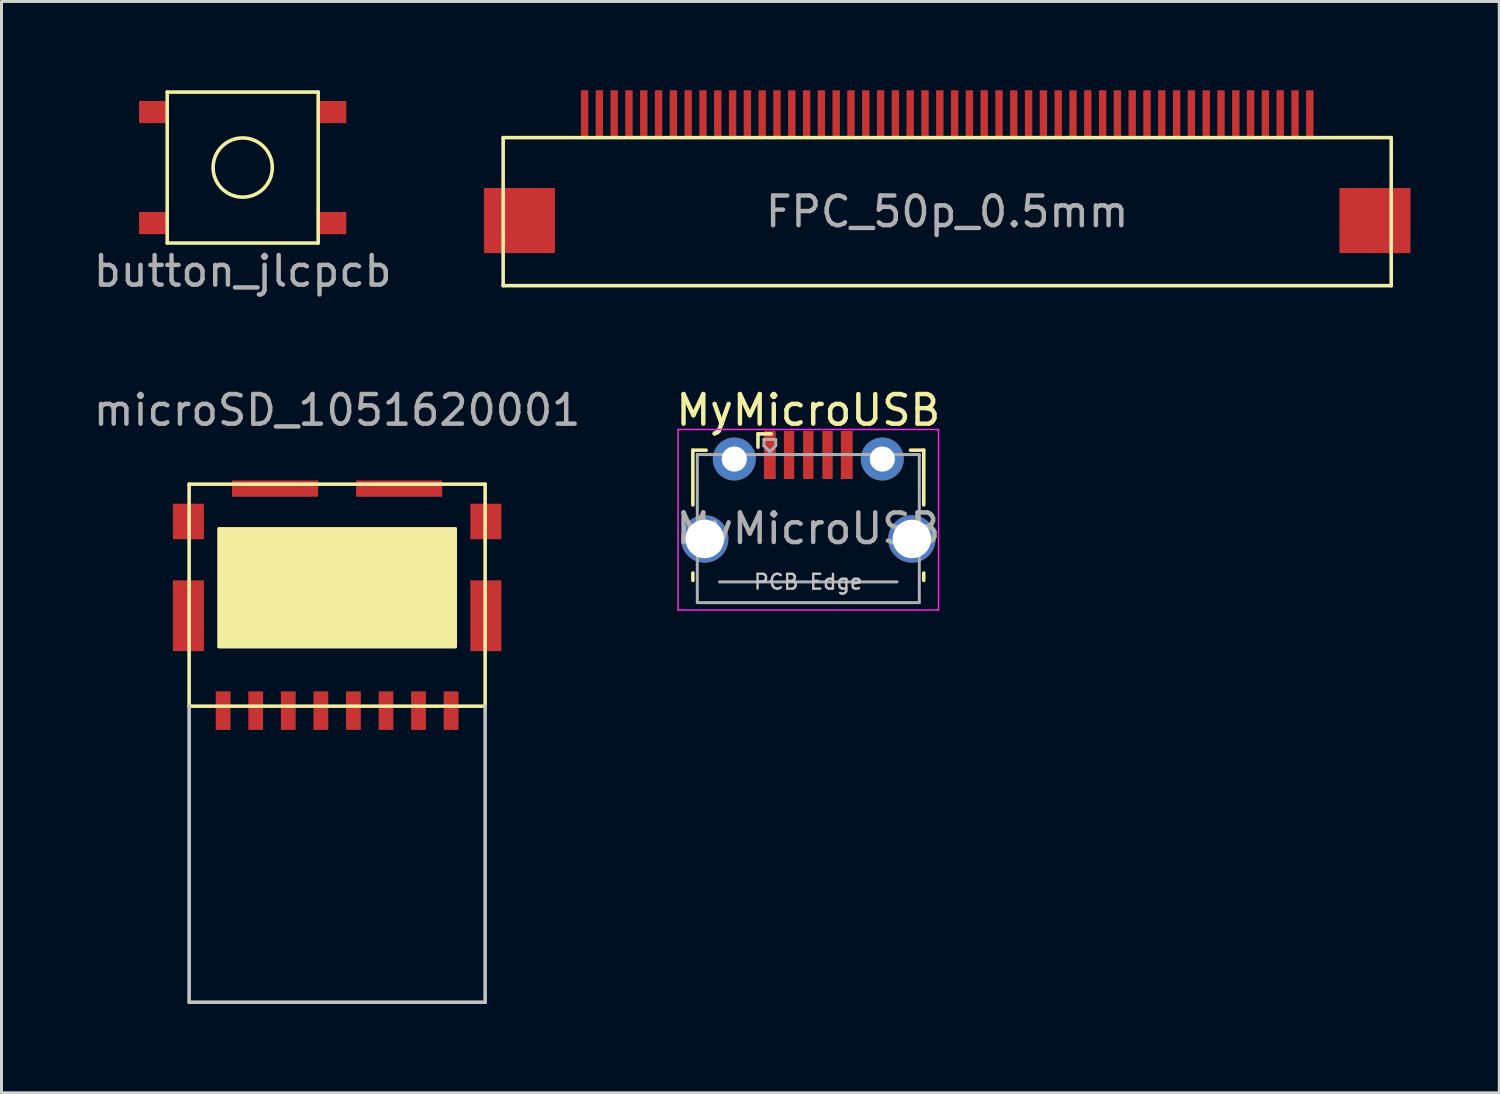
<source format=kicad_pcb>
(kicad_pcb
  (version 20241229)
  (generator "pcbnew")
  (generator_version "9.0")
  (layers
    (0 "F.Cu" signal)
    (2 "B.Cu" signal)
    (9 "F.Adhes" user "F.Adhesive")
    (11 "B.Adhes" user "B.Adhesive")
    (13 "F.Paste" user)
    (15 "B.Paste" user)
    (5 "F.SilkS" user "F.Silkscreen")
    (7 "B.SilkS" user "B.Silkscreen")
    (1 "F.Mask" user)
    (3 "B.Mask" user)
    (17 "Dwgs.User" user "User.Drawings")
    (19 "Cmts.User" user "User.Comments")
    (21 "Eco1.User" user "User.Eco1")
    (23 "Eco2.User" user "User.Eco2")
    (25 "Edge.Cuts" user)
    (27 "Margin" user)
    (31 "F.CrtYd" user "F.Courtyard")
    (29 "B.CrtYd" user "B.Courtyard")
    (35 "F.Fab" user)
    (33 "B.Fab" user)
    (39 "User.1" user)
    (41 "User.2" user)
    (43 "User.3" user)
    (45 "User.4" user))
  (footprint "microSD_1051620001"
    (layer "F.Cu")
    (at 8.339 20.806)
    (property "Reference" "microSD_1051620001" (at 0 -10 0) (layer "F.Fab") (effects (font (size 1 1) (thickness 0.15))))
    (attr through_hole)
    (fp_line (start -5 -7.5) (end 5 -7.5) (stroke (width 0.12) (type solid)) (layer "F.SilkS"))
    (fp_line (start -5 0) (end -5 -7.5) (stroke (width 0.12) (type solid)) (layer "F.SilkS"))
    (fp_line (start 5 -7.5) (end 5 0) (stroke (width 0.12) (type solid)) (layer "F.SilkS"))
    (fp_line (start 5 0) (end -5 0) (stroke (width 0.12) (type solid)) (layer "F.SilkS"))
    (fp_poly (pts (xy 4 -2) (xy -4 -2) (xy -4 -6) (xy 4 -6)) (stroke (width 0.1) (type solid)) (fill yes) (layer "F.SilkS"))
    (fp_line (start -5 0) (end -5 10) (stroke (width 0.12) (type solid)) (layer "Dwgs.User"))
    (fp_line (start -5 10) (end 5 10) (stroke (width 0.12) (type solid)) (layer "Dwgs.User"))
    (fp_line (start 5 10) (end 5 0) (stroke (width 0.12) (type solid)) (layer "Dwgs.User"))
    (pad "1" smd rect (at 3.85 0.15) (size 0.5 1.3) (layers "F.Cu" "F.Mask" "F.Paste"))
    (pad "2" smd rect (at 2.75 0.15) (size 0.5 1.3) (layers "F.Cu" "F.Mask" "F.Paste"))
    (pad "3" smd rect (at 1.65 0.15) (size 0.5 1.3) (layers "F.Cu" "F.Mask" "F.Paste"))
    (pad "4" smd rect (at 0.55 0.15) (size 0.5 1.3) (layers "F.Cu" "F.Mask" "F.Paste"))
    (pad "5" smd rect (at -0.55 0.15) (size 0.5 1.3) (layers "F.Cu" "F.Mask" "F.Paste"))
    (pad "6" smd rect (at -1.65 0.15) (size 0.5 1.3) (layers "F.Cu" "F.Mask" "F.Paste"))
    (pad "7" smd rect (at -2.75 0.15) (size 0.5 1.3) (layers "F.Cu" "F.Mask" "F.Paste"))
    (pad "8" smd rect (at -3.85 0.15) (size 0.5 1.3) (layers "F.Cu" "F.Mask" "F.Paste"))
    (pad "9" smd rect (at -5.025 -6.24) (size 1.05 1.2) (layers "F.Cu" "F.Mask" "F.Paste"))
    (pad "9" smd rect (at -5.025 -3.055) (size 1.05 2.39) (layers "F.Cu" "F.Mask" "F.Paste"))
    (pad "9" smd rect (at -2.095 -7.35) (size 2.91 0.55) (layers "F.Cu" "F.Mask" "F.Paste"))
    (pad "9" smd rect (at 2.095 -7.35) (size 2.91 0.55) (layers "F.Cu" "F.Mask" "F.Paste"))
    (pad "9" smd rect (at 5.025 -6.24) (size 1.05 1.2) (layers "F.Cu" "F.Mask" "F.Paste"))
    (pad "9" smd rect (at 5.025 -3.055) (size 1.05 2.39) (layers "F.Cu" "F.Mask" "F.Paste")))
  (footprint "button_jlcpcb"
    (layer "F.Cu")
    (at 5.149 2.61)
    (property "Reference" "button_jlcpcb" (at 0 3.5 0) (layer "F.Fab") (effects (font (size 1 1) (thickness 0.15))))
    (attr through_hole)
    (fp_line (start -2.55 -2.55) (end -2.55 2.55) (stroke (width 0.12) (type solid)) (layer "F.SilkS"))
    (fp_line (start -2.55 2.55) (end 2.55 2.55) (stroke (width 0.12) (type solid)) (layer "F.SilkS"))
    (fp_line (start 2.55 -2.55) (end -2.55 -2.55) (stroke (width 0.12) (type solid)) (layer "F.SilkS"))
    (fp_line (start 2.55 2.55) (end 2.55 -2.55) (stroke (width 0.12) (type solid)) (layer "F.SilkS"))
    (fp_circle (center 0 0) (end 1 0) (stroke (width 0.12) (type solid)) (fill no) (layer "F.SilkS"))
    (pad "1" smd rect (at -3 -1.875) (size 1 0.75) (layers "F.Cu" "F.Mask" "F.Paste"))
    (pad "1" smd rect (at 3 -1.875) (size 1 0.75) (layers "F.Cu" "F.Mask" "F.Paste"))
    (pad "2" smd rect (at -3 1.875) (size 1 0.75) (layers "F.Cu" "F.Mask" "F.Paste"))
    (pad "2" smd rect (at 3 1.875) (size 1 0.75) (layers "F.Cu" "F.Mask" "F.Paste")))
  (footprint "MyMicroUSB"
    (layer "F.Cu")
    (at 24.256 13.919)
    (property "Reference" "MyMicroUSB" (at 0 -3.112 0) (layer "F.SilkS") (effects (font (size 1 1) (thickness 0.15))))
    (attr smd)
    (fp_line (start -3.9 -1.762) (end -3.45 -1.762) (stroke (width 0.12) (type solid)) (layer "F.SilkS"))
    (fp_line (start -3.9 0.087) (end -3.9 -1.762) (stroke (width 0.12) (type solid)) (layer "F.SilkS"))
    (fp_line (start -3.9 2.638) (end -3.9 2.388) (stroke (width 0.12) (type solid)) (layer "F.SilkS"))
    (fp_line (start -1.7 -2.312) (end -1.7 -1.863) (stroke (width 0.12) (type solid)) (layer "F.SilkS"))
    (fp_line (start -1.7 -2.312) (end -1.25 -2.312) (stroke (width 0.12) (type solid)) (layer "F.SilkS"))
    (fp_line (start 3.9 -1.762) (end 3.45 -1.762) (stroke (width 0.12) (type solid)) (layer "F.SilkS"))
    (fp_line (start 3.9 0.087) (end 3.9 -1.762) (stroke (width 0.12) (type solid)) (layer "F.SilkS"))
    (fp_line (start 3.9 2.638) (end 3.9 2.388) (stroke (width 0.12) (type solid)) (layer "F.SilkS"))
    (fp_line (start -4.4 -2.46) (end 4.4 -2.46) (stroke (width 0.05) (type solid)) (layer "F.CrtYd"))
    (fp_line (start -4.4 3.64) (end -4.4 -2.46) (stroke (width 0.05) (type solid)) (layer "F.CrtYd"))
    (fp_line (start -4.4 3.64) (end 4.4 3.64) (stroke (width 0.05) (type solid)) (layer "F.CrtYd"))
    (fp_line (start 4.4 -2.46) (end 4.4 3.64) (stroke (width 0.05) (type solid)) (layer "F.CrtYd"))
    (fp_line (start -3.75 -1.613) (end 3.75 -1.613) (stroke (width 0.1) (type solid)) (layer "F.Fab"))
    (fp_line (start -3.75 3.388) (end -3.75 -1.613) (stroke (width 0.1) (type solid)) (layer "F.Fab"))
    (fp_line (start -3.75 3.389) (end 3.75 3.389) (stroke (width 0.1) (type solid)) (layer "F.Fab"))
    (fp_line (start -3 2.689) (end 3 2.689) (stroke (width 0.1) (type solid)) (layer "F.Fab"))
    (fp_line (start -1.5 -2.123) (end -1.5 -1.913) (stroke (width 0.1) (type solid)) (layer "F.Fab"))
    (fp_line (start -1.5 -2.123) (end -1.1 -2.123) (stroke (width 0.1) (type solid)) (layer "F.Fab"))
    (fp_line (start -1.3 -1.712) (end -1.5 -1.913) (stroke (width 0.1) (type solid)) (layer "F.Fab"))
    (fp_line (start -1.1 -2.123) (end -1.1 -1.913) (stroke (width 0.1) (type solid)) (layer "F.Fab"))
    (fp_line (start -1.1 -1.913) (end -1.3 -1.712) (stroke (width 0.1) (type solid)) (layer "F.Fab"))
    (fp_line (start 3.75 3.388) (end 3.75 -1.613) (stroke (width 0.1) (type solid)) (layer "F.Fab"))
    (fp_text user "PCB Edge" (at 0 2.688 0) (layer "Dwgs.User") (effects (font (size 0.5 0.5) (thickness 0.08))))
    (fp_text user "${REFERENCE}" (at 0 0.887 0) (layer "F.Fab") (effects (font (size 1 1) (thickness 0.15))))
    (pad "1" smd rect (at -1.3 -1.6) (size 0.4 1.625) (layers "F.Cu" "F.Mask" "F.Paste"))
    (pad "2" smd rect (at -0.65 -1.6) (size 0.35 1.625) (layers "F.Cu" "F.Mask" "F.Paste"))
    (pad "3" smd rect (at 0 -1.6) (size 0.35 1.625) (layers "F.Cu" "F.Mask" "F.Paste"))
    (pad "4" smd rect (at 0.65 -1.6) (size 0.35 1.625) (layers "F.Cu" "F.Mask" "F.Paste"))
    (pad "5" smd rect (at 1.3 -1.6) (size 0.4 1.625) (layers "F.Cu" "F.Mask" "F.Paste"))
    (pad "6" thru_hole circle (at -3.5 1.238 180) (size 1.6 1.6) (drill 1.3) (layers "*.Cu" "*.Mask"))
    (pad "6" thru_hole circle (at -2.5 -1.462) (size 1.45 1.45) (drill 0.85) (layers "*.Cu" "*.Mask"))
    (pad "6" thru_hole circle (at 2.5 -1.462) (size 1.45 1.45) (drill 0.85) (layers "*.Cu" "*.Mask"))
    (pad "6" thru_hole circle (at 3.5 1.238) (size 1.6 1.6) (drill 1.3) (layers "*.Cu" "*.Mask")))
  (footprint "FPC_50p_0.5mm"
    (layer "F.Cu")
    (at 28.948 1.1)
    (property "Reference" "FPC_50p_0.5mm" (at 0 3 0) (layer "F.Fab") (effects (font (size 1 1) (thickness 0.15))))
    (attr through_hole)
    (fp_line (start -15 0.5) (end -15 5.5) (stroke (width 0.12) (type solid)) (layer "F.SilkS"))
    (fp_line (start -15 5.5) (end 15 5.5) (stroke (width 0.12) (type solid)) (layer "F.SilkS"))
    (fp_line (start 15 0.5) (end -15 0.5) (stroke (width 0.12) (type solid)) (layer "F.SilkS"))
    (fp_line (start 15 5.5) (end 15 0.5) (stroke (width 0.12) (type solid)) (layer "F.SilkS"))
    (pad "1" smd rect (at -12.25 -0.3) (size 0.25 1.6) (layers "F.Cu" "F.Mask" "F.Paste"))
    (pad "2" smd rect (at -11.75 -0.3) (size 0.25 1.6) (layers "F.Cu" "F.Mask" "F.Paste"))
    (pad "3" smd rect (at -11.25 -0.3) (size 0.25 1.6) (layers "F.Cu" "F.Mask" "F.Paste"))
    (pad "4" smd rect (at -10.75 -0.3) (size 0.25 1.6) (layers "F.Cu" "F.Mask" "F.Paste"))
    (pad "5" smd rect (at -10.25 -0.3) (size 0.25 1.6) (layers "F.Cu" "F.Mask" "F.Paste"))
    (pad "6" smd rect (at -9.75 -0.3) (size 0.25 1.6) (layers "F.Cu" "F.Mask" "F.Paste"))
    (pad "7" smd rect (at -9.25 -0.3) (size 0.25 1.6) (layers "F.Cu" "F.Mask" "F.Paste"))
    (pad "8" smd rect (at -8.75 -0.3) (size 0.25 1.6) (layers "F.Cu" "F.Mask" "F.Paste"))
    (pad "9" smd rect (at -8.25 -0.3) (size 0.25 1.6) (layers "F.Cu" "F.Mask" "F.Paste"))
    (pad "10" smd rect (at -7.75 -0.3) (size 0.25 1.6) (layers "F.Cu" "F.Mask" "F.Paste"))
    (pad "11" smd rect (at -7.25 -0.3) (size 0.25 1.6) (layers "F.Cu" "F.Mask" "F.Paste"))
    (pad "12" smd rect (at -6.75 -0.3) (size 0.25 1.6) (layers "F.Cu" "F.Mask" "F.Paste"))
    (pad "13" smd rect (at -6.25 -0.3) (size 0.25 1.6) (layers "F.Cu" "F.Mask" "F.Paste"))
    (pad "14" smd rect (at -5.75 -0.3) (size 0.25 1.6) (layers "F.Cu" "F.Mask" "F.Paste"))
    (pad "15" smd rect (at -5.25 -0.3) (size 0.25 1.6) (layers "F.Cu" "F.Mask" "F.Paste"))
    (pad "16" smd rect (at -4.75 -0.3) (size 0.25 1.6) (layers "F.Cu" "F.Mask" "F.Paste"))
    (pad "17" smd rect (at -4.25 -0.3) (size 0.25 1.6) (layers "F.Cu" "F.Mask" "F.Paste"))
    (pad "18" smd rect (at -3.75 -0.3) (size 0.25 1.6) (layers "F.Cu" "F.Mask" "F.Paste"))
    (pad "19" smd rect (at -3.25 -0.3) (size 0.25 1.6) (layers "F.Cu" "F.Mask" "F.Paste"))
    (pad "20" smd rect (at -2.75 -0.3) (size 0.25 1.6) (layers "F.Cu" "F.Mask" "F.Paste"))
    (pad "21" smd rect (at -2.25 -0.3) (size 0.25 1.6) (layers "F.Cu" "F.Mask" "F.Paste"))
    (pad "22" smd rect (at -1.75 -0.3) (size 0.25 1.6) (layers "F.Cu" "F.Mask" "F.Paste"))
    (pad "23" smd rect (at -1.25 -0.3) (size 0.25 1.6) (layers "F.Cu" "F.Mask" "F.Paste"))
    (pad "24" smd rect (at -0.75 -0.3) (size 0.25 1.6) (layers "F.Cu" "F.Mask" "F.Paste"))
    (pad "25" smd rect (at -0.25 -0.3) (size 0.25 1.6) (layers "F.Cu" "F.Mask" "F.Paste"))
    (pad "26" smd rect (at 0.25 -0.3) (size 0.25 1.6) (layers "F.Cu" "F.Mask" "F.Paste"))
    (pad "27" smd rect (at 0.75 -0.3) (size 0.25 1.6) (layers "F.Cu" "F.Mask" "F.Paste"))
    (pad "28" smd rect (at 1.25 -0.3) (size 0.25 1.6) (layers "F.Cu" "F.Mask" "F.Paste"))
    (pad "29" smd rect (at 1.75 -0.3) (size 0.25 1.6) (layers "F.Cu" "F.Mask" "F.Paste"))
    (pad "30" smd rect (at 2.25 -0.3) (size 0.25 1.6) (layers "F.Cu" "F.Mask" "F.Paste"))
    (pad "31" smd rect (at 2.75 -0.3) (size 0.25 1.6) (layers "F.Cu" "F.Mask" "F.Paste"))
    (pad "32" smd rect (at 3.25 -0.3) (size 0.25 1.6) (layers "F.Cu" "F.Mask" "F.Paste"))
    (pad "33" smd rect (at 3.75 -0.3) (size 0.25 1.6) (layers "F.Cu" "F.Mask" "F.Paste"))
    (pad "34" smd rect (at 4.25 -0.3) (size 0.25 1.6) (layers "F.Cu" "F.Mask" "F.Paste"))
    (pad "35" smd rect (at 4.75 -0.3) (size 0.25 1.6) (layers "F.Cu" "F.Mask" "F.Paste"))
    (pad "36" smd rect (at 5.25 -0.3) (size 0.25 1.6) (layers "F.Cu" "F.Mask" "F.Paste"))
    (pad "37" smd rect (at 5.75 -0.3) (size 0.25 1.6) (layers "F.Cu" "F.Mask" "F.Paste"))
    (pad "38" smd rect (at 6.25 -0.3) (size 0.25 1.6) (layers "F.Cu" "F.Mask" "F.Paste"))
    (pad "39" smd rect (at 6.75 -0.3) (size 0.25 1.6) (layers "F.Cu" "F.Mask" "F.Paste"))
    (pad "40" smd rect (at 7.25 -0.3) (size 0.25 1.6) (layers "F.Cu" "F.Mask" "F.Paste"))
    (pad "41" smd rect (at 7.75 -0.3) (size 0.25 1.6) (layers "F.Cu" "F.Mask" "F.Paste"))
    (pad "42" smd rect (at 8.25 -0.3) (size 0.25 1.6) (layers "F.Cu" "F.Mask" "F.Paste"))
    (pad "43" smd rect (at 8.75 -0.3) (size 0.25 1.6) (layers "F.Cu" "F.Mask" "F.Paste"))
    (pad "44" smd rect (at 9.25 -0.3) (size 0.25 1.6) (layers "F.Cu" "F.Mask" "F.Paste"))
    (pad "45" smd rect (at 9.75 -0.3) (size 0.25 1.6) (layers "F.Cu" "F.Mask" "F.Paste"))
    (pad "46" smd rect (at 10.25 -0.3) (size 0.25 1.6) (layers "F.Cu" "F.Mask" "F.Paste"))
    (pad "47" smd rect (at 10.75 -0.3) (size 0.25 1.6) (layers "F.Cu" "F.Mask" "F.Paste"))
    (pad "48" smd rect (at 11.25 -0.3) (size 0.25 1.6) (layers "F.Cu" "F.Mask" "F.Paste"))
    (pad "49" smd rect (at 11.75 -0.3) (size 0.25 1.6) (layers "F.Cu" "F.Mask" "F.Paste"))
    (pad "50" smd rect (at 12.25 -0.3) (size 0.25 1.6) (layers "F.Cu" "F.Mask" "F.Paste"))
    (pad "51" smd rect (at -14.45 3.3) (size 2.4 2.2) (layers "F.Cu" "F.Mask" "F.Paste"))
    (pad "51" smd rect (at 14.45 3.3) (size 2.4 2.2) (layers "F.Cu" "F.Mask" "F.Paste")))
  (gr_rect
    (start -3 -3)
    (end 47.598 33.867)
    (stroke (width 0.1) (type default))
    (fill no)
    (layer "Edge.Cuts")))
</source>
